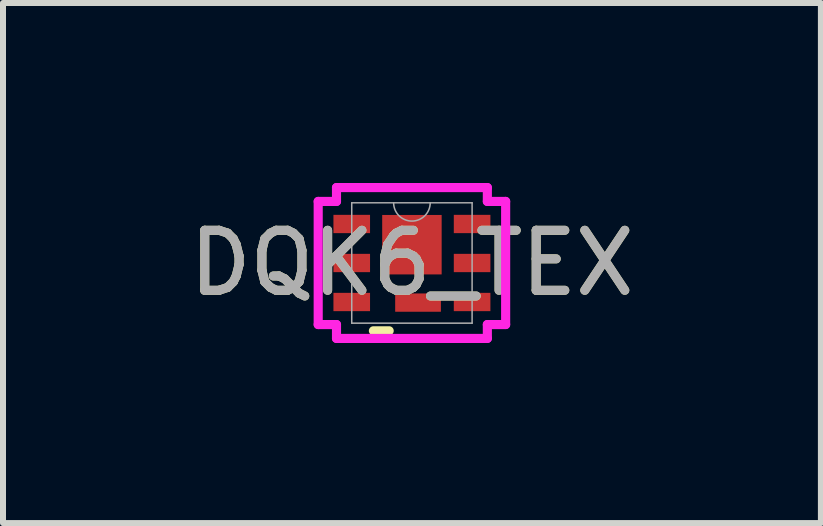
<source format=kicad_pcb>
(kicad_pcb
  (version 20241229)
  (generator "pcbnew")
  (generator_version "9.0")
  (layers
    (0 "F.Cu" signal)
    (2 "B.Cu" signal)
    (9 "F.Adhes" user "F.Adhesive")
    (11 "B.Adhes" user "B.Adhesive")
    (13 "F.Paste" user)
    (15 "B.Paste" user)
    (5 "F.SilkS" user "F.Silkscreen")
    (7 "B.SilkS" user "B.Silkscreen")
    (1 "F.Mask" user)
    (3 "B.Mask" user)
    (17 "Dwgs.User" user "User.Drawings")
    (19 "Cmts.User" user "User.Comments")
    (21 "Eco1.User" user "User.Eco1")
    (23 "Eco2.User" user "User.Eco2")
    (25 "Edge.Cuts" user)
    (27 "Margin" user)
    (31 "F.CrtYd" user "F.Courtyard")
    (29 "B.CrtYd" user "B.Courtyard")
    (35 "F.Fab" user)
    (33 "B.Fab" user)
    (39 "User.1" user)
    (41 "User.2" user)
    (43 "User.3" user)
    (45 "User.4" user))
  (footprint "DQK6_TEX"
    (layer "F.Cu")
    (at 3.815 1.333)
    (property "Reference" "DQK6_TEX" (at 0 0 0) (unlocked yes) (layer "F.SilkS") (effects (font (size 1 1) (thickness 0.15))))
    (attr smd)
    (fp_line (start -0.642 1.13) (end -0.379 1.13) (stroke (width 0.152) (type solid)) (layer "F.SilkS"))
    (fp_line (start -1.562 -1.026) (end -1.257 -1.026) (stroke (width 0.152) (type solid)) (layer "F.CrtYd"))
    (fp_line (start -1.562 1.026) (end -1.562 -1.026) (stroke (width 0.152) (type solid)) (layer "F.CrtYd"))
    (fp_line (start -1.562 1.026) (end -1.257 1.026) (stroke (width 0.152) (type solid)) (layer "F.CrtYd"))
    (fp_line (start -1.257 -1.257) (end 1.257 -1.257) (stroke (width 0.152) (type solid)) (layer "F.CrtYd"))
    (fp_line (start -1.257 -1.026) (end -1.257 -1.257) (stroke (width 0.152) (type solid)) (layer "F.CrtYd"))
    (fp_line (start -1.257 1.257) (end -1.257 1.026) (stroke (width 0.152) (type solid)) (layer "F.CrtYd"))
    (fp_line (start 1.257 -1.257) (end 1.257 -1.026) (stroke (width 0.152) (type solid)) (layer "F.CrtYd"))
    (fp_line (start 1.257 1.026) (end 1.257 1.257) (stroke (width 0.152) (type solid)) (layer "F.CrtYd"))
    (fp_line (start 1.257 1.257) (end -1.257 1.257) (stroke (width 0.152) (type solid)) (layer "F.CrtYd"))
    (fp_line (start 1.562 -1.026) (end 1.257 -1.026) (stroke (width 0.152) (type solid)) (layer "F.CrtYd"))
    (fp_line (start 1.562 -1.026) (end 1.562 1.026) (stroke (width 0.152) (type solid)) (layer "F.CrtYd"))
    (fp_line (start 1.562 1.026) (end 1.257 1.026) (stroke (width 0.152) (type solid)) (layer "F.CrtYd"))
    (fp_line (start -1.003 -1.003) (end -1.003 1.003) (stroke (width 0.025) (type solid)) (layer "F.Fab"))
    (fp_line (start -1.003 1.003) (end 1.003 1.003) (stroke (width 0.025) (type solid)) (layer "F.Fab"))
    (fp_line (start 1.003 -1.003) (end -1.003 -1.003) (stroke (width 0.025) (type solid)) (layer "F.Fab"))
    (fp_line (start 1.003 1.003) (end 1.003 -1.003) (stroke (width 0.025) (type solid)) (layer "F.Fab"))
    (fp_arc (start 0.3048 -1.0033) (mid 0 -0.6985) (end -0.3048 -1.0033) (stroke (width 0.0254) (type solid)) (layer "F.Fab"))
    (fp_text user "${REFERENCE}" (at 0 0 0) (unlocked yes) (layer "F.Fab") (effects (font (size 1 1) (thickness 0.15))))
    (pad "1" smd rect (at -1.003 -0.65) (size 0.61 0.305) (layers "F.Cu" "F.Mask" "F.Paste"))
    (pad "2" smd rect (at -1.003 0) (size 0.61 0.305) (layers "F.Cu" "F.Mask" "F.Paste"))
    (pad "3" smd rect (at -1.003 0.65) (size 0.61 0.305) (layers "F.Cu" "F.Mask" "F.Paste"))
    (pad "4" smd rect (at 1.003 0.65) (size 0.61 0.305) (layers "F.Cu" "F.Mask" "F.Paste"))
    (pad "5" smd rect (at 1.003 0) (size 0.61 0.305) (layers "F.Cu" "F.Mask" "F.Paste"))
    (pad "6" smd rect (at 1.003 -0.65) (size 0.61 0.305) (layers "F.Cu" "F.Mask" "F.Paste"))
    (pad "7" smd rect (at 0 -0.305) (size 0.991 0.991) (layers "F.Cu" "F.Mask" "F.Paste"))
    (pad "8" smd rect (at 0.102 0.66) (size 0.762 0.305) (layers "F.Cu" "F.Mask")))
  (gr_rect
    (start -3 -3)
    (end 10.631 5.667)
    (stroke (width 0.1) (type default))
    (fill no)
    (layer "Edge.Cuts")))
</source>
